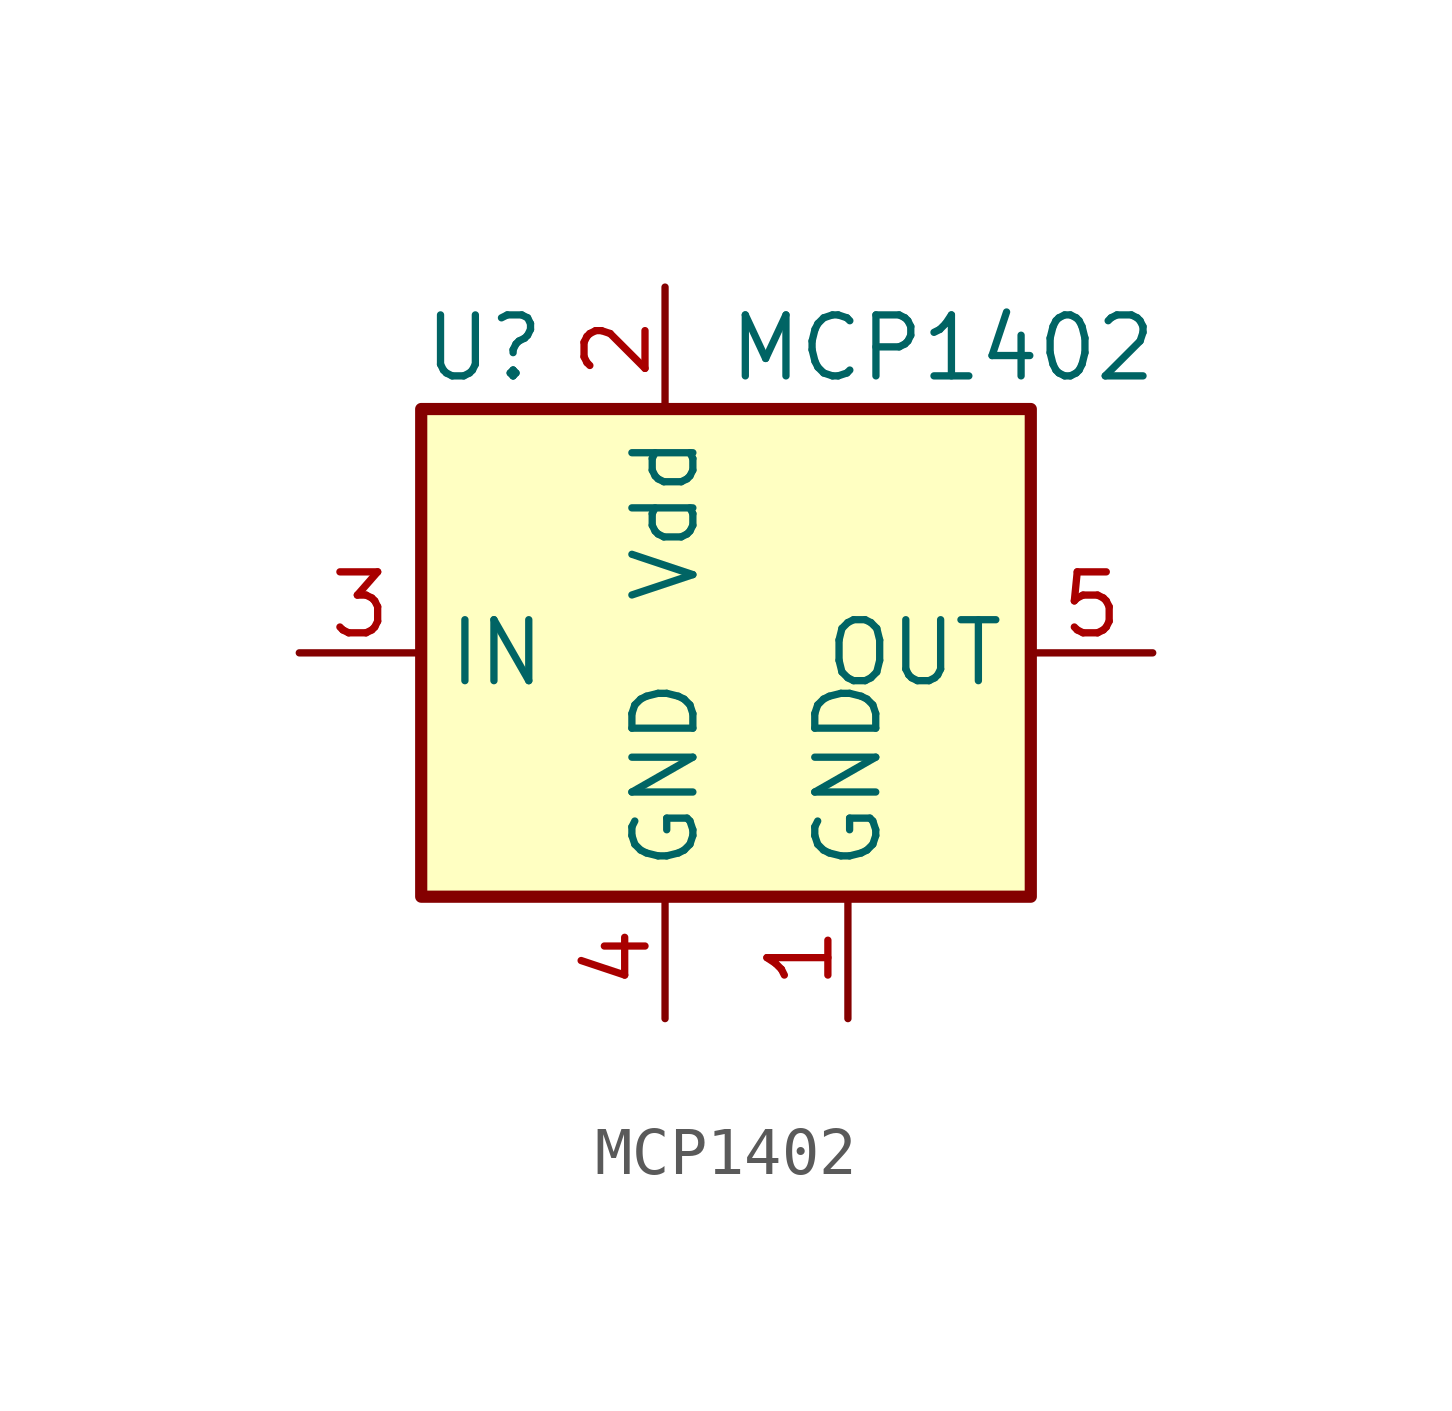
<source format=kicad_sym>
(kicad_symbol_lib
  (version 20211014)
  (generator kicad_symbol_editor)
  (symbol "MCP1402"
    (property "Reference" "U"
      (at -5.08 6.35 0)
      (effects (font (size 1.27 1.27)) (justify left)))
    (property "Value" "MCP1402"
      (at 1.27 6.35 0)
      (effects (font (size 1.27 1.27)) (justify left)))
    (symbol "MCP1402_0_1"
      (rectangle (start -5.08 5.08) (end 7.62 -5.08) (stroke (width 0.254) (type default) (color 0 0 0 0)) (fill (type background))))
    (symbol "MCP1402_1_1"
      (pin power_in line (at 3.81 -7.62 90) (length 2.54) (name "GND" (effects (font (size 1.27 1.27)))) (number "1" (effects (font (size 1.27 1.27)))))
      (pin no_connect line (at 7.62 -2.54 180) (length 2.54) hide (name "NC" (effects (font (size 1.27 1.27)))) (number "1" (effects (font (size 1.27 1.27)))))
      (pin power_in line (at 0 7.62 270) (length 2.54) (name "Vdd" (effects (font (size 1.27 1.27)))) (number "2" (effects (font (size 1.27 1.27)))))
      (pin input line (at -7.62 0 0) (length 2.54) (name "IN" (effects (font (size 1.27 1.27)))) (number "3" (effects (font (size 1.27 1.27)))))
      (pin power_in line (at 0 -7.62 90) (length 2.54) (name "GND" (effects (font (size 1.27 1.27)))) (number "4" (effects (font (size 1.27 1.27)))))
      (pin output line (at 10.16 0 180) (length 2.54) (name "OUT" (effects (font (size 1.27 1.27)))) (number "5" (effects (font (size 1.27 1.27))))))))
</source>
